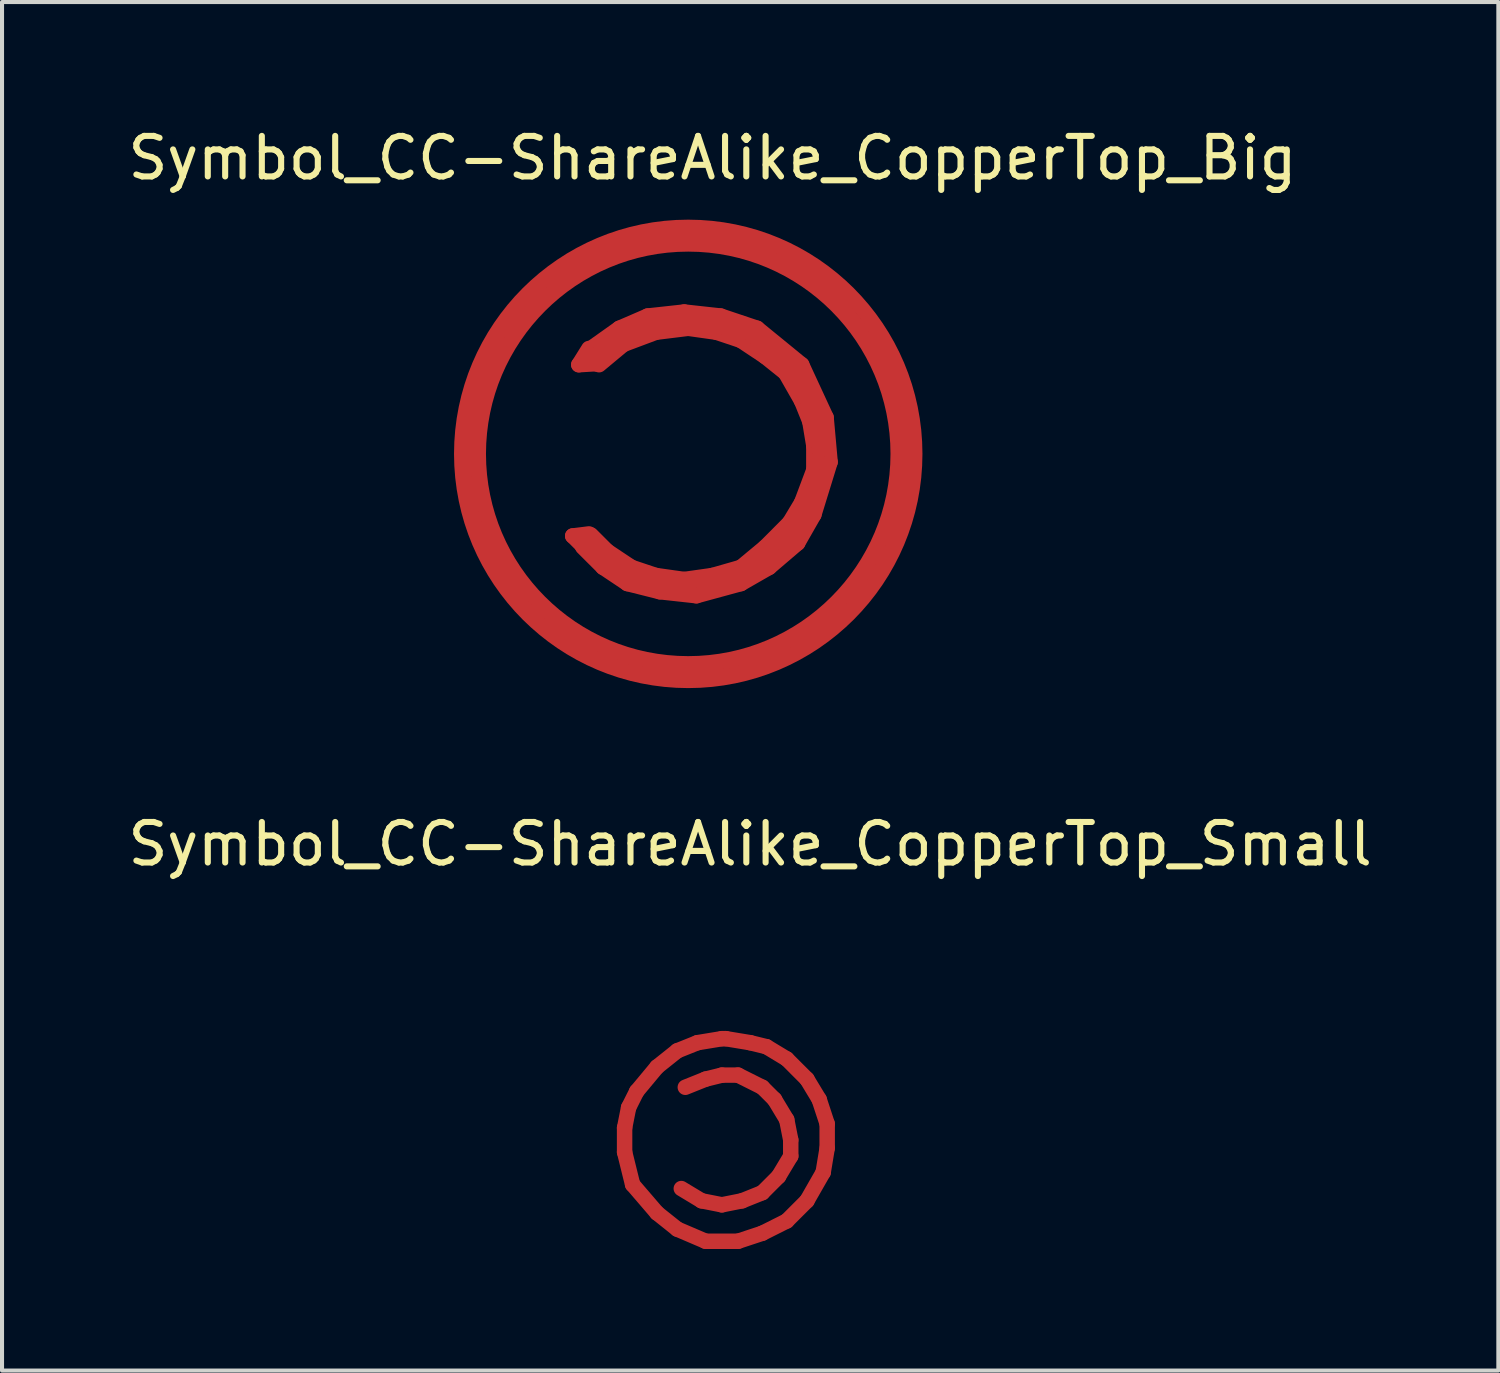
<source format=kicad_pcb>
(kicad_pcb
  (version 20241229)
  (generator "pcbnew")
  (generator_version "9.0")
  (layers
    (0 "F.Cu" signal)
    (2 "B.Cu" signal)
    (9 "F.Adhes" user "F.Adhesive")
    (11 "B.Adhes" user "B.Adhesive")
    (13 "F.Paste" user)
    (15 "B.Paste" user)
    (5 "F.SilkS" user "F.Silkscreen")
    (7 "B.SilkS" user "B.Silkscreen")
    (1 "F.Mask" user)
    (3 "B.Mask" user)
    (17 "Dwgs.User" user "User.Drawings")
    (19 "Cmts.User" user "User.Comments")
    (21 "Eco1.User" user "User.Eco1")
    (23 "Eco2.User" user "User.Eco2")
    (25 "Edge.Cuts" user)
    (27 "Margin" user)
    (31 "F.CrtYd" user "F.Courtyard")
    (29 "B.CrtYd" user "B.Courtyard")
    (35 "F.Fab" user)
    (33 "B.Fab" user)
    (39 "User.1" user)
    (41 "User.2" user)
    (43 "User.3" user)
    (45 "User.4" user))
  (footprint "Symbol_CC-ShareAlike_CopperTop_Small"
    (layer "F.Cu")
    (at 14.859 25.075)
    (property "Reference" "Symbol_CC-ShareAlike_CopperTop_Small" (at 0.599 -7.3 0) (layer "F.SilkS") (effects (font (size 1 1) (thickness 0.15))))
    (attr through_hole)
    (fp_line (start -2.499 -0.3) (end -2.499 0.3) (stroke (width 0.381) (type solid)) (layer "F.Cu"))
    (fp_line (start -2.499 0.3) (end -2.301 1.1) (stroke (width 0.381) (type solid)) (layer "F.Cu"))
    (fp_line (start -2.4 -0.8) (end -2.499 -0.3) (stroke (width 0.381) (type solid)) (layer "F.Cu"))
    (fp_line (start -2.301 1.1) (end -1.699 1.801) (stroke (width 0.381) (type solid)) (layer "F.Cu"))
    (fp_line (start -2.2 -1.199) (end -2.4 -0.8) (stroke (width 0.381) (type solid)) (layer "F.Cu"))
    (fp_line (start -1.699 -1.801) (end -2.2 -1.199) (stroke (width 0.381) (type solid)) (layer "F.Cu"))
    (fp_line (start -1.699 1.801) (end -1.199 2.2) (stroke (width 0.381) (type solid)) (layer "F.Cu"))
    (fp_line (start -1.199 -2.2) (end -1.699 -1.801) (stroke (width 0.381) (type solid)) (layer "F.Cu"))
    (fp_line (start -1.199 2.2) (end -0.5 2.499) (stroke (width 0.381) (type solid)) (layer "F.Cu"))
    (fp_line (start -1.1 1.199) (end -0.599 1.501) (stroke (width 0.381) (type solid)) (layer "F.Cu"))
    (fp_line (start -0.701 -2.4) (end -1.199 -2.2) (stroke (width 0.381) (type solid)) (layer "F.Cu"))
    (fp_line (start -0.599 1.501) (end -0.099 1.6) (stroke (width 0.381) (type solid)) (layer "F.Cu"))
    (fp_line (start -0.5 -1.501) (end -1.001 -1.3) (stroke (width 0.381) (type solid)) (layer "F.Cu"))
    (fp_line (start -0.5 2.499) (end 0.3 2.499) (stroke (width 0.381) (type solid)) (layer "F.Cu"))
    (fp_line (start -0.099 -2.499) (end -0.701 -2.4) (stroke (width 0.381) (type solid)) (layer "F.Cu"))
    (fp_line (start -0.099 -1.6) (end -0.5 -1.501) (stroke (width 0.381) (type solid)) (layer "F.Cu"))
    (fp_line (start -0.099 1.6) (end 0.399 1.501) (stroke (width 0.381) (type solid)) (layer "F.Cu"))
    (fp_line (start 0 -2.499) (end -0.099 -2.499) (stroke (width 0.381) (type solid)) (layer "F.Cu"))
    (fp_line (start 0.3 -1.6) (end -0.099 -1.6) (stroke (width 0.381) (type solid)) (layer "F.Cu"))
    (fp_line (start 0.3 2.499) (end 0.899 2.301) (stroke (width 0.381) (type solid)) (layer "F.Cu"))
    (fp_line (start 0.399 1.501) (end 0.899 1.3) (stroke (width 0.381) (type solid)) (layer "F.Cu"))
    (fp_line (start 0.599 -2.4) (end 0 -2.499) (stroke (width 0.381) (type solid)) (layer "F.Cu"))
    (fp_line (start 0.899 -1.3) (end 0.3 -1.6) (stroke (width 0.381) (type solid)) (layer "F.Cu"))
    (fp_line (start 0.899 1.3) (end 1.3 0.899) (stroke (width 0.381) (type solid)) (layer "F.Cu"))
    (fp_line (start 0.899 2.301) (end 1.501 1.999) (stroke (width 0.381) (type solid)) (layer "F.Cu"))
    (fp_line (start 1.001 -2.301) (end 0.599 -2.4) (stroke (width 0.381) (type solid)) (layer "F.Cu"))
    (fp_line (start 1.199 -1.001) (end 0.899 -1.3) (stroke (width 0.381) (type solid)) (layer "F.Cu"))
    (fp_line (start 1.3 0.899) (end 1.6 0.399) (stroke (width 0.381) (type solid)) (layer "F.Cu"))
    (fp_line (start 1.501 -1.999) (end 1.001 -2.301) (stroke (width 0.381) (type solid)) (layer "F.Cu"))
    (fp_line (start 1.501 -0.5) (end 1.199 -1.001) (stroke (width 0.381) (type solid)) (layer "F.Cu"))
    (fp_line (start 1.501 1.999) (end 1.999 1.501) (stroke (width 0.381) (type solid)) (layer "F.Cu"))
    (fp_line (start 1.6 0) (end 1.501 -0.5) (stroke (width 0.381) (type solid)) (layer "F.Cu"))
    (fp_line (start 1.6 0.399) (end 1.6 0) (stroke (width 0.381) (type solid)) (layer "F.Cu"))
    (fp_line (start 1.999 -1.501) (end 1.501 -1.999) (stroke (width 0.381) (type solid)) (layer "F.Cu"))
    (fp_line (start 1.999 1.501) (end 2.4 0.8) (stroke (width 0.381) (type solid)) (layer "F.Cu"))
    (fp_line (start 2.301 -1.001) (end 1.999 -1.501) (stroke (width 0.381) (type solid)) (layer "F.Cu"))
    (fp_line (start 2.4 0.8) (end 2.499 0.201) (stroke (width 0.381) (type solid)) (layer "F.Cu"))
    (fp_line (start 2.499 -0.399) (end 2.301 -1.001) (stroke (width 0.381) (type solid)) (layer "F.Cu"))
    (fp_line (start 2.499 0.201) (end 2.499 -0.399) (stroke (width 0.381) (type solid)) (layer "F.Cu")))
  (footprint "Symbol_CC-ShareAlike_CopperTop_Big"
    (layer "F.Cu")
    (at 13.93 8.148)
    (property "Reference" "Symbol_CC-ShareAlike_CopperTop_Big" (at 0.599 -7.3 0) (layer "F.SilkS") (effects (font (size 1 1) (thickness 0.15))))
    (attr through_hole)
    (fp_line (start -5.4 0.099) (end -5.199 1.3) (stroke (width 0.381) (type solid)) (layer "F.Cu"))
    (fp_line (start -5.301 -1.1) (end -5.4 0.099) (stroke (width 0.381) (type solid)) (layer "F.Cu"))
    (fp_line (start -5.199 1.3) (end -4.801 2.4) (stroke (width 0.381) (type solid)) (layer "F.Cu"))
    (fp_line (start -5.001 -2.101) (end -5.301 -1.1) (stroke (width 0.381) (type solid)) (layer "F.Cu"))
    (fp_line (start -4.801 2.4) (end -3.8 3.899) (stroke (width 0.381) (type solid)) (layer "F.Cu"))
    (fp_line (start -4.501 -3) (end -5.001 -2.101) (stroke (width 0.381) (type solid)) (layer "F.Cu"))
    (fp_line (start -4 -3.599) (end -4.501 -3) (stroke (width 0.381) (type solid)) (layer "F.Cu"))
    (fp_line (start -3.8 3.899) (end -2.601 4.801) (stroke (width 0.381) (type solid)) (layer "F.Cu"))
    (fp_line (start -3.299 -4.201) (end -4 -3.599) (stroke (width 0.381) (type solid)) (layer "F.Cu"))
    (fp_line (start -2.85 2.025) (end -2.45 1.975) (stroke (width 0.381) (type solid)) (layer "F.Cu"))
    (fp_line (start -2.7 -4.699) (end -3.299 -4.201) (stroke (width 0.381) (type solid)) (layer "F.Cu"))
    (fp_line (start -2.7 -2.2) (end -2.275 -2.225) (stroke (width 0.381) (type solid)) (layer "F.Cu"))
    (fp_line (start -2.625 2.25) (end -2.85 2.025) (stroke (width 0.381) (type solid)) (layer "F.Cu"))
    (fp_line (start -2.601 4.801) (end -1.3 5.301) (stroke (width 0.381) (type solid)) (layer "F.Cu"))
    (fp_line (start -2.45 -2.6) (end -2.7 -2.2) (stroke (width 0.381) (type solid)) (layer "F.Cu"))
    (fp_line (start -2.4 -2.601) (end -1.699 -3.099) (stroke (width 0.381) (type solid)) (layer "F.Cu"))
    (fp_line (start -2.4 1.999) (end -1.999 2.4) (stroke (width 0.381) (type solid)) (layer "F.Cu"))
    (fp_line (start -2.3 2.375) (end -1.875 2.75) (stroke (width 0.381) (type solid)) (layer "F.Cu"))
    (fp_line (start -2.275 -2.225) (end -2.4 -2.55) (stroke (width 0.381) (type solid)) (layer "F.Cu"))
    (fp_line (start -2.101 2.799) (end -2.601 2.301) (stroke (width 0.381) (type solid)) (layer "F.Cu"))
    (fp_line (start -1.999 -4.9) (end -2.7 -4.699) (stroke (width 0.381) (type solid)) (layer "F.Cu"))
    (fp_line (start -1.999 2.4) (end -1.4 2.799) (stroke (width 0.381) (type solid)) (layer "F.Cu"))
    (fp_line (start -1.875 2.75) (end -1.85 2.75) (stroke (width 0.381) (type solid)) (layer "F.Cu"))
    (fp_line (start -1.801 2.901) (end -0.201 3.299) (stroke (width 0.381) (type solid)) (layer "F.Cu"))
    (fp_line (start -1.699 -3.099) (end -1.001 -3.401) (stroke (width 0.381) (type solid)) (layer "F.Cu"))
    (fp_line (start -1.6 -2.7) (end -2.2 -2.2) (stroke (width 0.381) (type solid)) (layer "F.Cu"))
    (fp_line (start -1.501 3.2) (end -2.101 2.799) (stroke (width 0.381) (type solid)) (layer "F.Cu"))
    (fp_line (start -1.4 2.799) (end -0.8 3) (stroke (width 0.381) (type solid)) (layer "F.Cu"))
    (fp_line (start -1.3 -5.1) (end -1.999 -4.9) (stroke (width 0.381) (type solid)) (layer "F.Cu"))
    (fp_line (start -1.3 -3.099) (end -2.2 -2.499) (stroke (width 0.381) (type solid)) (layer "F.Cu"))
    (fp_line (start -1.3 5.301) (end 0.099 5.301) (stroke (width 0.381) (type solid)) (layer "F.Cu"))
    (fp_line (start -1.001 -3.401) (end -0.099 -3.5) (stroke (width 0.381) (type solid)) (layer "F.Cu"))
    (fp_line (start -0.8 -3) (end -1.6 -2.7) (stroke (width 0.381) (type solid)) (layer "F.Cu"))
    (fp_line (start -0.8 3) (end -0.099 3.099) (stroke (width 0.381) (type solid)) (layer "F.Cu"))
    (fp_line (start -0.701 3.401) (end -1.501 3.2) (stroke (width 0.381) (type solid)) (layer "F.Cu"))
    (fp_line (start -0.5 -5.4) (end -1.3 -5.1) (stroke (width 0.381) (type solid)) (layer "F.Cu"))
    (fp_line (start -0.201 3.299) (end 1.3 3) (stroke (width 0.381) (type solid)) (layer "F.Cu"))
    (fp_line (start -0.099 -3.5) (end 0.8 -3.401) (stroke (width 0.381) (type solid)) (layer "F.Cu"))
    (fp_line (start -0.099 3.099) (end 0.599 3) (stroke (width 0.381) (type solid)) (layer "F.Cu"))
    (fp_line (start 0 -5.4) (end -0.5 -5.4) (stroke (width 0.381) (type solid)) (layer "F.Cu"))
    (fp_line (start 0 -3.099) (end -0.8 -3) (stroke (width 0.381) (type solid)) (layer "F.Cu"))
    (fp_line (start 0.099 -3.299) (end -1.3 -3.099) (stroke (width 0.381) (type solid)) (layer "F.Cu"))
    (fp_line (start 0.099 5.301) (end 1.6 5.199) (stroke (width 0.381) (type solid)) (layer "F.Cu"))
    (fp_line (start 0.201 3.5) (end -0.701 3.401) (stroke (width 0.381) (type solid)) (layer "F.Cu"))
    (fp_line (start 0.599 3) (end 1.3 2.799) (stroke (width 0.381) (type solid)) (layer "F.Cu"))
    (fp_line (start 0.701 -3) (end 0 -3.099) (stroke (width 0.381) (type solid)) (layer "F.Cu"))
    (fp_line (start 0.8 -3.401) (end 1.699 -3.099) (stroke (width 0.381) (type solid)) (layer "F.Cu"))
    (fp_line (start 1.3 -2.799) (end 0.701 -3) (stroke (width 0.381) (type solid)) (layer "F.Cu"))
    (fp_line (start 1.3 2.799) (end 1.9 2.301) (stroke (width 0.381) (type solid)) (layer "F.Cu"))
    (fp_line (start 1.3 3) (end 2.301 2.301) (stroke (width 0.381) (type solid)) (layer "F.Cu"))
    (fp_line (start 1.3 3.2) (end 0.201 3.5) (stroke (width 0.381) (type solid)) (layer "F.Cu"))
    (fp_line (start 1.4 -5.199) (end 0 -5.301) (stroke (width 0.381) (type solid)) (layer "F.Cu"))
    (fp_line (start 1.501 -3) (end 0.099 -3.299) (stroke (width 0.381) (type solid)) (layer "F.Cu"))
    (fp_line (start 1.6 5.199) (end 2.601 4.699) (stroke (width 0.381) (type solid)) (layer "F.Cu"))
    (fp_line (start 1.699 -3.099) (end 2.799 -2.2) (stroke (width 0.381) (type solid)) (layer "F.Cu"))
    (fp_line (start 1.9 -2.4) (end 1.3 -2.799) (stroke (width 0.381) (type solid)) (layer "F.Cu"))
    (fp_line (start 1.9 2.301) (end 2.499 1.699) (stroke (width 0.381) (type solid)) (layer "F.Cu"))
    (fp_line (start 1.999 2.799) (end 1.3 3.2) (stroke (width 0.381) (type solid)) (layer "F.Cu"))
    (fp_line (start 2.301 2.301) (end 3 1.199) (stroke (width 0.381) (type solid)) (layer "F.Cu"))
    (fp_line (start 2.4 -4.801) (end 1.4 -5.199) (stroke (width 0.381) (type solid)) (layer "F.Cu"))
    (fp_line (start 2.4 -1.999) (end 1.9 -2.4) (stroke (width 0.381) (type solid)) (layer "F.Cu"))
    (fp_line (start 2.499 -2.2) (end 1.501 -3) (stroke (width 0.381) (type solid)) (layer "F.Cu"))
    (fp_line (start 2.499 1.699) (end 2.799 1.199) (stroke (width 0.381) (type solid)) (layer "F.Cu"))
    (fp_line (start 2.601 4.699) (end 4.201 3.401) (stroke (width 0.381) (type solid)) (layer "F.Cu"))
    (fp_line (start 2.7 2.2) (end 1.999 2.799) (stroke (width 0.381) (type solid)) (layer "F.Cu"))
    (fp_line (start 2.799 -2.2) (end 3.401 -0.899) (stroke (width 0.381) (type solid)) (layer "F.Cu"))
    (fp_line (start 2.799 -1.3) (end 2.4 -1.999) (stroke (width 0.381) (type solid)) (layer "F.Cu"))
    (fp_line (start 2.799 1.199) (end 3.099 0.399) (stroke (width 0.381) (type solid)) (layer "F.Cu"))
    (fp_line (start 3 -0.8) (end 2.799 -1.3) (stroke (width 0.381) (type solid)) (layer "F.Cu"))
    (fp_line (start 3 1.199) (end 3.299 0.201) (stroke (width 0.381) (type solid)) (layer "F.Cu"))
    (fp_line (start 3.099 -1.001) (end 2.499 -2.2) (stroke (width 0.381) (type solid)) (layer "F.Cu"))
    (fp_line (start 3.099 -0.201) (end 3 -0.8) (stroke (width 0.381) (type solid)) (layer "F.Cu"))
    (fp_line (start 3.099 0.399) (end 3.099 -0.201) (stroke (width 0.381) (type solid)) (layer "F.Cu"))
    (fp_line (start 3.099 1.501) (end 2.7 2.2) (stroke (width 0.381) (type solid)) (layer "F.Cu"))
    (fp_line (start 3.299 0.201) (end 3.099 -1.001) (stroke (width 0.381) (type solid)) (layer "F.Cu"))
    (fp_line (start 3.401 -4.1) (end 2.4 -4.801) (stroke (width 0.381) (type solid)) (layer "F.Cu"))
    (fp_line (start 3.401 -0.899) (end 3.5 0.201) (stroke (width 0.381) (type solid)) (layer "F.Cu"))
    (fp_line (start 3.5 0.201) (end 3.099 1.501) (stroke (width 0.381) (type solid)) (layer "F.Cu"))
    (fp_line (start 4.201 3.401) (end 5.001 1.801) (stroke (width 0.381) (type solid)) (layer "F.Cu"))
    (fp_line (start 4.699 -2.499) (end 3.401 -4.1) (stroke (width 0.381) (type solid)) (layer "F.Cu"))
    (fp_line (start 5.001 1.801) (end 5.4 0.3) (stroke (width 0.381) (type solid)) (layer "F.Cu"))
    (fp_line (start 5.199 -1.4) (end 4.699 -2.499) (stroke (width 0.381) (type solid)) (layer "F.Cu"))
    (fp_line (start 5.4 0.3) (end 5.199 -1.4) (stroke (width 0.381) (type solid)) (layer "F.Cu"))
    (fp_circle (center 0 0) (end 5.08 1.016) (stroke (width 0.381) (type solid)) (fill no) (layer "F.Cu"))
    (fp_circle (center 0 0) (end 5.588 0) (stroke (width 0.381) (type solid)) (fill no) (layer "F.Cu")))
  (gr_rect
    (start -3 -3)
    (end 33.917 30.765)
    (stroke (width 0.1) (type default))
    (fill no)
    (layer "Edge.Cuts")))
</source>
